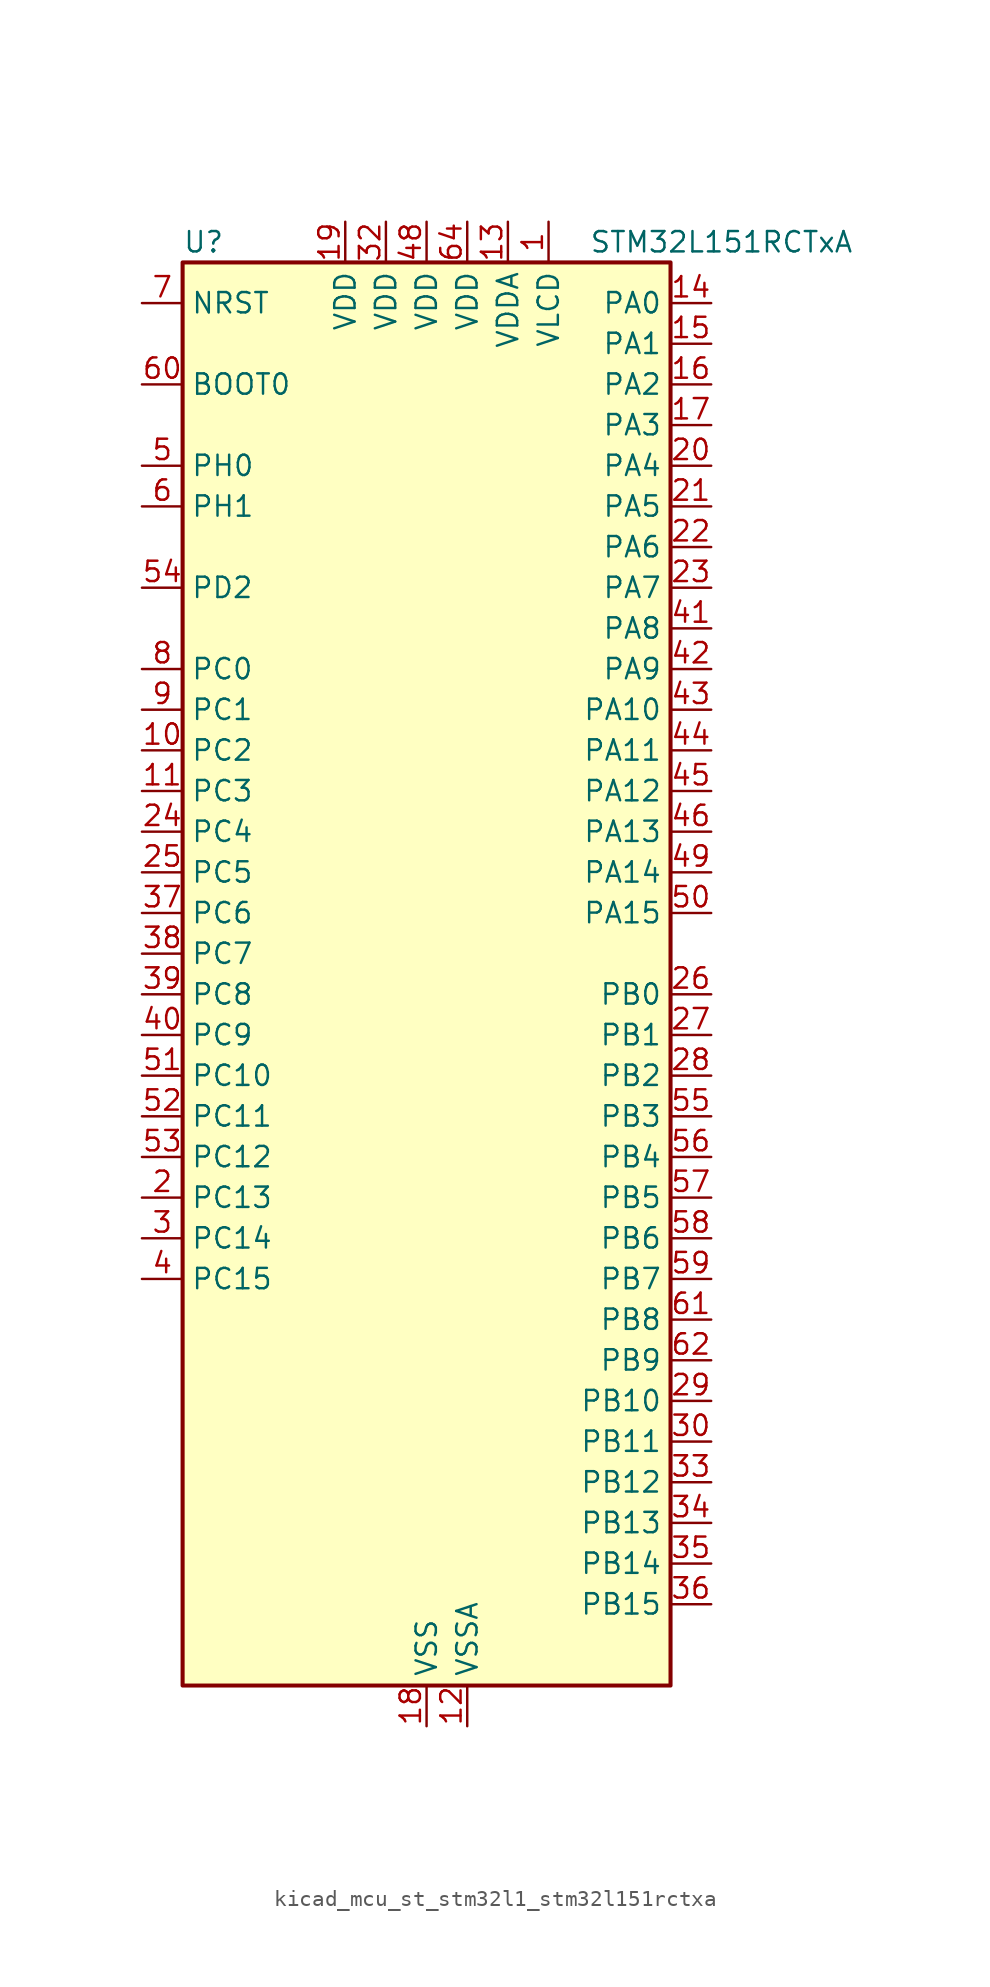
<source format=kicad_sym>
(kicad_symbol_lib
  (version 20220914)
  (generator kicad_symbol_editor)
  (symbol "kicad_mcu_st_stm32l1_stm32l151rctxa"
    (property "Reference" "U"
      (at -15.24 46.99 0)
      (effects (font (size 1.27 1.27)) (justify left)))
    (property "Value" "STM32L151RCTxA"
      (at 10.16 46.99 0)
      (effects (font (size 1.27 1.27)) (justify left)))
    (property "ki_locked" ""
      (at 0 0 0)
      (effects (font (size 1.27 1.27))))
    (symbol "kicad_mcu_st_stm32l1_stm32l151rctxa_0_1"
      (rectangle (start -15.24 -43.18) (end 15.24 45.72) (stroke (width 0.254) (type default)) (fill (type background))))
    (symbol "kicad_mcu_st_stm32l1_stm32l151rctxa_1_1"
      (pin power_in line (at 7.62 48.26 270) (length 2.54) (name "VLCD" (effects (font (size 1.27 1.27)))) (number "1" (effects (font (size 1.27 1.27)))))
      (pin bidirectional line (at -17.78 15.24 0) (length 2.54) (name "PC2" (effects (font (size 1.27 1.27)))) (number "10" (effects (font (size 1.27 1.27)))) (alternate "ADC_IN12" bidirectional line) (alternate "COMP1_INP" bidirectional line) (alternate "TIMX_IC3" bidirectional line) (alternate "TS_G8_IO3" bidirectional line))
      (pin bidirectional line (at -17.78 12.7 0) (length 2.54) (name "PC3" (effects (font (size 1.27 1.27)))) (number "11" (effects (font (size 1.27 1.27)))) (alternate "ADC_IN13" bidirectional line) (alternate "COMP1_INP" bidirectional line) (alternate "TIMX_IC4" bidirectional line) (alternate "TS_G8_IO4" bidirectional line))
      (pin power_in line (at 2.54 -45.72 90) (length 2.54) (name "VSSA" (effects (font (size 1.27 1.27)))) (number "12" (effects (font (size 1.27 1.27)))))
      (pin power_in line (at 5.08 48.26 270) (length 2.54) (name "VDDA" (effects (font (size 1.27 1.27)))) (number "13" (effects (font (size 1.27 1.27)))))
      (pin bidirectional line (at 17.78 43.18 180) (length 2.54) (name "PA0" (effects (font (size 1.27 1.27)))) (number "14" (effects (font (size 1.27 1.27)))) (alternate "ADC_IN0" bidirectional line) (alternate "COMP1_INP" bidirectional line) (alternate "RTC_TAMP2" bidirectional line) (alternate "SYS_WKUP1" bidirectional line) (alternate "TIM2_CH1" bidirectional line) (alternate "TIM2_ETR" bidirectional line) (alternate "TIM5_CH1" bidirectional line) (alternate "TIMX_IC1" bidirectional line) (alternate "TS_G1_IO1" bidirectional line) (alternate "USART2_CTS" bidirectional line))
      (pin bidirectional line (at 17.78 40.64 180) (length 2.54) (name "PA1" (effects (font (size 1.27 1.27)))) (number "15" (effects (font (size 1.27 1.27)))) (alternate "ADC_IN1" bidirectional line) (alternate "COMP1_INP" bidirectional line) (alternate "OPAMP1_VINP" bidirectional line) (alternate "TIM2_CH2" bidirectional line) (alternate "TIM5_CH2" bidirectional line) (alternate "TIMX_IC2" bidirectional line) (alternate "TS_G1_IO2" bidirectional line) (alternate "USART2_RTS" bidirectional line))
      (pin bidirectional line (at 17.78 38.1 180) (length 2.54) (name "PA2" (effects (font (size 1.27 1.27)))) (number "16" (effects (font (size 1.27 1.27)))) (alternate "ADC_IN2" bidirectional line) (alternate "COMP1_INP" bidirectional line) (alternate "OPAMP1_VINM" bidirectional line) (alternate "TIM2_CH3" bidirectional line) (alternate "TIM5_CH3" bidirectional line) (alternate "TIM9_CH1" bidirectional line) (alternate "TIMX_IC3" bidirectional line) (alternate "TS_G1_IO3" bidirectional line) (alternate "USART2_TX" bidirectional line))
      (pin bidirectional line (at 17.78 35.56 180) (length 2.54) (name "PA3" (effects (font (size 1.27 1.27)))) (number "17" (effects (font (size 1.27 1.27)))) (alternate "ADC_IN3" bidirectional line) (alternate "COMP1_INP" bidirectional line) (alternate "OPAMP1_VOUT" bidirectional line) (alternate "TIM2_CH4" bidirectional line) (alternate "TIM5_CH4" bidirectional line) (alternate "TIM9_CH2" bidirectional line) (alternate "TIMX_IC4" bidirectional line) (alternate "TS_G1_IO4" bidirectional line) (alternate "USART2_RX" bidirectional line))
      (pin power_in line (at 0 -45.72 90) (length 2.54) (name "VSS" (effects (font (size 1.27 1.27)))) (number "18" (effects (font (size 1.27 1.27)))))
      (pin power_in line (at -5.08 48.26 270) (length 2.54) (name "VDD" (effects (font (size 1.27 1.27)))) (number "19" (effects (font (size 1.27 1.27)))))
      (pin bidirectional line (at -17.78 -12.7 0) (length 2.54) (name "PC13" (effects (font (size 1.27 1.27)))) (number "2" (effects (font (size 1.27 1.27)))) (alternate "RTC_OUT_ALARM" bidirectional line) (alternate "RTC_OUT_CALIB" bidirectional line) (alternate "RTC_TAMP1" bidirectional line) (alternate "RTC_TS" bidirectional line) (alternate "SYS_WKUP2" bidirectional line) (alternate "TIMX_IC2" bidirectional line))
      (pin bidirectional line (at 17.78 33.02 180) (length 2.54) (name "PA4" (effects (font (size 1.27 1.27)))) (number "20" (effects (font (size 1.27 1.27)))) (alternate "ADC_IN4" bidirectional line) (alternate "COMP1_INP" bidirectional line) (alternate "DAC_OUT1" bidirectional line) (alternate "I2S3_WS" bidirectional line) (alternate "SPI1_NSS" bidirectional line) (alternate "SPI3_NSS" bidirectional line) (alternate "TIMX_IC1" bidirectional line) (alternate "USART2_CK" bidirectional line))
      (pin bidirectional line (at 17.78 30.48 180) (length 2.54) (name "PA5" (effects (font (size 1.27 1.27)))) (number "21" (effects (font (size 1.27 1.27)))) (alternate "ADC_IN5" bidirectional line) (alternate "COMP1_INP" bidirectional line) (alternate "DAC_OUT2" bidirectional line) (alternate "SPI1_SCK" bidirectional line) (alternate "TIM2_CH1" bidirectional line) (alternate "TIM2_ETR" bidirectional line) (alternate "TIMX_IC2" bidirectional line))
      (pin bidirectional line (at 17.78 27.94 180) (length 2.54) (name "PA6" (effects (font (size 1.27 1.27)))) (number "22" (effects (font (size 1.27 1.27)))) (alternate "ADC_IN6" bidirectional line) (alternate "COMP1_INP" bidirectional line) (alternate "OPAMP2_VINP" bidirectional line) (alternate "SPI1_MISO" bidirectional line) (alternate "TIM10_CH1" bidirectional line) (alternate "TIM3_CH1" bidirectional line) (alternate "TIMX_IC3" bidirectional line) (alternate "TS_G2_IO1" bidirectional line))
      (pin bidirectional line (at 17.78 25.4 180) (length 2.54) (name "PA7" (effects (font (size 1.27 1.27)))) (number "23" (effects (font (size 1.27 1.27)))) (alternate "ADC_IN7" bidirectional line) (alternate "COMP1_INP" bidirectional line) (alternate "OPAMP2_VINM" bidirectional line) (alternate "SPI1_MOSI" bidirectional line) (alternate "TIM11_CH1" bidirectional line) (alternate "TIM3_CH2" bidirectional line) (alternate "TIMX_IC4" bidirectional line) (alternate "TS_G2_IO2" bidirectional line))
      (pin bidirectional line (at -17.78 10.16 0) (length 2.54) (name "PC4" (effects (font (size 1.27 1.27)))) (number "24" (effects (font (size 1.27 1.27)))) (alternate "ADC_IN14" bidirectional line) (alternate "COMP1_INP" bidirectional line) (alternate "TIMX_IC1" bidirectional line) (alternate "TS_G9_IO1" bidirectional line))
      (pin bidirectional line (at -17.78 7.62 0) (length 2.54) (name "PC5" (effects (font (size 1.27 1.27)))) (number "25" (effects (font (size 1.27 1.27)))) (alternate "ADC_IN15" bidirectional line) (alternate "COMP1_INP" bidirectional line) (alternate "TIMX_IC2" bidirectional line) (alternate "TS_G9_IO2" bidirectional line))
      (pin bidirectional line (at 17.78 0 180) (length 2.54) (name "PB0" (effects (font (size 1.27 1.27)))) (number "26" (effects (font (size 1.27 1.27)))) (alternate "ADC_IN8" bidirectional line) (alternate "COMP1_INP" bidirectional line) (alternate "OPAMP2_VOUT" bidirectional line) (alternate "SYS_V_REF_OUT" bidirectional line) (alternate "TIM3_CH3" bidirectional line) (alternate "TS_G3_IO1" bidirectional line))
      (pin bidirectional line (at 17.78 -2.54 180) (length 2.54) (name "PB1" (effects (font (size 1.27 1.27)))) (number "27" (effects (font (size 1.27 1.27)))) (alternate "ADC_IN9" bidirectional line) (alternate "COMP1_INP" bidirectional line) (alternate "SYS_V_REF_OUT" bidirectional line) (alternate "TIM3_CH4" bidirectional line) (alternate "TS_G3_IO2" bidirectional line))
      (pin bidirectional line (at 17.78 -5.08 180) (length 2.54) (name "PB2" (effects (font (size 1.27 1.27)))) (number "28" (effects (font (size 1.27 1.27)))) (alternate "TS_G3_IO3" bidirectional line))
      (pin bidirectional line (at 17.78 -25.4 180) (length 2.54) (name "PB10" (effects (font (size 1.27 1.27)))) (number "29" (effects (font (size 1.27 1.27)))) (alternate "I2C2_SCL" bidirectional line) (alternate "TIM2_CH3" bidirectional line) (alternate "USART3_TX" bidirectional line))
      (pin bidirectional line (at -17.78 -15.24 0) (length 2.54) (name "PC14" (effects (font (size 1.27 1.27)))) (number "3" (effects (font (size 1.27 1.27)))) (alternate "RCC_OSC32_IN" bidirectional line) (alternate "TIMX_IC3" bidirectional line))
      (pin bidirectional line (at 17.78 -27.94 180) (length 2.54) (name "PB11" (effects (font (size 1.27 1.27)))) (number "30" (effects (font (size 1.27 1.27)))) (alternate "ADC_EXTI11" bidirectional line) (alternate "I2C2_SDA" bidirectional line) (alternate "TIM2_CH4" bidirectional line) (alternate "USART3_RX" bidirectional line))
      (pin passive line (at 0 -45.72 90) (length 2.54) hide (name "VSS" (effects (font (size 1.27 1.27)))) (number "31" (effects (font (size 1.27 1.27)))))
      (pin power_in line (at -2.54 48.26 270) (length 2.54) (name "VDD" (effects (font (size 1.27 1.27)))) (number "32" (effects (font (size 1.27 1.27)))))
      (pin bidirectional line (at 17.78 -30.48 180) (length 2.54) (name "PB12" (effects (font (size 1.27 1.27)))) (number "33" (effects (font (size 1.27 1.27)))) (alternate "ADC_IN18" bidirectional line) (alternate "COMP1_INP" bidirectional line) (alternate "I2C2_SMBA" bidirectional line) (alternate "I2S2_WS" bidirectional line) (alternate "SPI2_NSS" bidirectional line) (alternate "TIM10_CH1" bidirectional line) (alternate "TS_G7_IO1" bidirectional line) (alternate "USART3_CK" bidirectional line))
      (pin bidirectional line (at 17.78 -33.02 180) (length 2.54) (name "PB13" (effects (font (size 1.27 1.27)))) (number "34" (effects (font (size 1.27 1.27)))) (alternate "ADC_IN19" bidirectional line) (alternate "COMP1_INP" bidirectional line) (alternate "I2S2_CK" bidirectional line) (alternate "SPI2_SCK" bidirectional line) (alternate "TIM9_CH1" bidirectional line) (alternate "TS_G7_IO2" bidirectional line) (alternate "USART3_CTS" bidirectional line))
      (pin bidirectional line (at 17.78 -35.56 180) (length 2.54) (name "PB14" (effects (font (size 1.27 1.27)))) (number "35" (effects (font (size 1.27 1.27)))) (alternate "ADC_IN20" bidirectional line) (alternate "COMP1_INP" bidirectional line) (alternate "SPI2_MISO" bidirectional line) (alternate "TIM9_CH2" bidirectional line) (alternate "TS_G7_IO3" bidirectional line) (alternate "USART3_RTS" bidirectional line))
      (pin bidirectional line (at 17.78 -38.1 180) (length 2.54) (name "PB15" (effects (font (size 1.27 1.27)))) (number "36" (effects (font (size 1.27 1.27)))) (alternate "ADC_EXTI15" bidirectional line) (alternate "ADC_IN21" bidirectional line) (alternate "COMP1_INP" bidirectional line) (alternate "I2S2_SD" bidirectional line) (alternate "RTC_REFIN" bidirectional line) (alternate "SPI2_MOSI" bidirectional line) (alternate "TIM11_CH1" bidirectional line) (alternate "TS_G7_IO4" bidirectional line))
      (pin bidirectional line (at -17.78 5.08 0) (length 2.54) (name "PC6" (effects (font (size 1.27 1.27)))) (number "37" (effects (font (size 1.27 1.27)))) (alternate "I2S2_MCK" bidirectional line) (alternate "TIM3_CH1" bidirectional line) (alternate "TIMX_IC3" bidirectional line) (alternate "TS_G10_IO1" bidirectional line))
      (pin bidirectional line (at -17.78 2.54 0) (length 2.54) (name "PC7" (effects (font (size 1.27 1.27)))) (number "38" (effects (font (size 1.27 1.27)))) (alternate "I2S3_MCK" bidirectional line) (alternate "TIM3_CH2" bidirectional line) (alternate "TIMX_IC4" bidirectional line) (alternate "TS_G10_IO2" bidirectional line))
      (pin bidirectional line (at -17.78 0 0) (length 2.54) (name "PC8" (effects (font (size 1.27 1.27)))) (number "39" (effects (font (size 1.27 1.27)))) (alternate "TIM3_CH3" bidirectional line) (alternate "TIMX_IC1" bidirectional line) (alternate "TS_G10_IO3" bidirectional line))
      (pin bidirectional line (at -17.78 -17.78 0) (length 2.54) (name "PC15" (effects (font (size 1.27 1.27)))) (number "4" (effects (font (size 1.27 1.27)))) (alternate "ADC_EXTI15" bidirectional line) (alternate "RCC_OSC32_OUT" bidirectional line) (alternate "TIMX_IC4" bidirectional line))
      (pin bidirectional line (at -17.78 -2.54 0) (length 2.54) (name "PC9" (effects (font (size 1.27 1.27)))) (number "40" (effects (font (size 1.27 1.27)))) (alternate "DAC_EXTI9" bidirectional line) (alternate "TIM3_CH4" bidirectional line) (alternate "TIMX_IC2" bidirectional line) (alternate "TS_G10_IO4" bidirectional line))
      (pin bidirectional line (at 17.78 22.86 180) (length 2.54) (name "PA8" (effects (font (size 1.27 1.27)))) (number "41" (effects (font (size 1.27 1.27)))) (alternate "RCC_MCO" bidirectional line) (alternate "TIMX_IC1" bidirectional line) (alternate "TS_G4_IO1" bidirectional line) (alternate "USART1_CK" bidirectional line))
      (pin bidirectional line (at 17.78 20.32 180) (length 2.54) (name "PA9" (effects (font (size 1.27 1.27)))) (number "42" (effects (font (size 1.27 1.27)))) (alternate "DAC_EXTI9" bidirectional line) (alternate "TIMX_IC2" bidirectional line) (alternate "TS_G4_IO2" bidirectional line) (alternate "USART1_TX" bidirectional line))
      (pin bidirectional line (at 17.78 17.78 180) (length 2.54) (name "PA10" (effects (font (size 1.27 1.27)))) (number "43" (effects (font (size 1.27 1.27)))) (alternate "TIMX_IC3" bidirectional line) (alternate "TS_G4_IO3" bidirectional line) (alternate "USART1_RX" bidirectional line))
      (pin bidirectional line (at 17.78 15.24 180) (length 2.54) (name "PA11" (effects (font (size 1.27 1.27)))) (number "44" (effects (font (size 1.27 1.27)))) (alternate "ADC_EXTI11" bidirectional line) (alternate "SPI1_MISO" bidirectional line) (alternate "TIMX_IC4" bidirectional line) (alternate "USART1_CTS" bidirectional line) (alternate "USB_DM" bidirectional line))
      (pin bidirectional line (at 17.78 12.7 180) (length 2.54) (name "PA12" (effects (font (size 1.27 1.27)))) (number "45" (effects (font (size 1.27 1.27)))) (alternate "SPI1_MOSI" bidirectional line) (alternate "TIMX_IC1" bidirectional line) (alternate "USART1_RTS" bidirectional line) (alternate "USB_DP" bidirectional line))
      (pin bidirectional line (at 17.78 10.16 180) (length 2.54) (name "PA13" (effects (font (size 1.27 1.27)))) (number "46" (effects (font (size 1.27 1.27)))) (alternate "SYS_JTMS-SWDIO" bidirectional line) (alternate "TIMX_IC2" bidirectional line) (alternate "TS_G5_IO1" bidirectional line))
      (pin passive line (at 0 -45.72 90) (length 2.54) hide (name "VSS" (effects (font (size 1.27 1.27)))) (number "47" (effects (font (size 1.27 1.27)))))
      (pin power_in line (at 0 48.26 270) (length 2.54) (name "VDD" (effects (font (size 1.27 1.27)))) (number "48" (effects (font (size 1.27 1.27)))))
      (pin bidirectional line (at 17.78 7.62 180) (length 2.54) (name "PA14" (effects (font (size 1.27 1.27)))) (number "49" (effects (font (size 1.27 1.27)))) (alternate "SYS_JTCK-SWCLK" bidirectional line) (alternate "TIMX_IC3" bidirectional line) (alternate "TS_G5_IO2" bidirectional line))
      (pin bidirectional line (at -17.78 33.02 0) (length 2.54) (name "PH0" (effects (font (size 1.27 1.27)))) (number "5" (effects (font (size 1.27 1.27)))) (alternate "RCC_OSC_IN" bidirectional line))
      (pin bidirectional line (at 17.78 5.08 180) (length 2.54) (name "PA15" (effects (font (size 1.27 1.27)))) (number "50" (effects (font (size 1.27 1.27)))) (alternate "ADC_EXTI15" bidirectional line) (alternate "I2S3_WS" bidirectional line) (alternate "SPI1_NSS" bidirectional line) (alternate "SPI3_NSS" bidirectional line) (alternate "SYS_JTDI" bidirectional line) (alternate "TIM2_CH1" bidirectional line) (alternate "TIM2_ETR" bidirectional line) (alternate "TIMX_IC4" bidirectional line) (alternate "TS_G5_IO3" bidirectional line))
      (pin bidirectional line (at -17.78 -5.08 0) (length 2.54) (name "PC10" (effects (font (size 1.27 1.27)))) (number "51" (effects (font (size 1.27 1.27)))) (alternate "I2S3_CK" bidirectional line) (alternate "SPI3_SCK" bidirectional line) (alternate "TIMX_IC3" bidirectional line) (alternate "USART3_TX" bidirectional line))
      (pin bidirectional line (at -17.78 -7.62 0) (length 2.54) (name "PC11" (effects (font (size 1.27 1.27)))) (number "52" (effects (font (size 1.27 1.27)))) (alternate "ADC_EXTI11" bidirectional line) (alternate "SPI3_MISO" bidirectional line) (alternate "TIMX_IC4" bidirectional line) (alternate "USART3_RX" bidirectional line))
      (pin bidirectional line (at -17.78 -10.16 0) (length 2.54) (name "PC12" (effects (font (size 1.27 1.27)))) (number "53" (effects (font (size 1.27 1.27)))) (alternate "I2S3_SD" bidirectional line) (alternate "SPI3_MOSI" bidirectional line) (alternate "TIMX_IC1" bidirectional line) (alternate "USART3_CK" bidirectional line))
      (pin bidirectional line (at -17.78 25.4 0) (length 2.54) (name "PD2" (effects (font (size 1.27 1.27)))) (number "54" (effects (font (size 1.27 1.27)))) (alternate "TIM3_ETR" bidirectional line) (alternate "TIMX_IC3" bidirectional line))
      (pin bidirectional line (at 17.78 -7.62 180) (length 2.54) (name "PB3" (effects (font (size 1.27 1.27)))) (number "55" (effects (font (size 1.27 1.27)))) (alternate "COMP2_INM" bidirectional line) (alternate "I2S3_CK" bidirectional line) (alternate "SPI1_SCK" bidirectional line) (alternate "SPI3_SCK" bidirectional line) (alternate "SYS_JTDO-TRACESWO" bidirectional line) (alternate "TIM2_CH2" bidirectional line))
      (pin bidirectional line (at 17.78 -10.16 180) (length 2.54) (name "PB4" (effects (font (size 1.27 1.27)))) (number "56" (effects (font (size 1.27 1.27)))) (alternate "COMP2_INP" bidirectional line) (alternate "SPI1_MISO" bidirectional line) (alternate "SPI3_MISO" bidirectional line) (alternate "SYS_JTRST" bidirectional line) (alternate "TIM3_CH1" bidirectional line) (alternate "TS_G6_IO1" bidirectional line))
      (pin bidirectional line (at 17.78 -12.7 180) (length 2.54) (name "PB5" (effects (font (size 1.27 1.27)))) (number "57" (effects (font (size 1.27 1.27)))) (alternate "COMP2_INP" bidirectional line) (alternate "I2C1_SMBA" bidirectional line) (alternate "I2S3_SD" bidirectional line) (alternate "SPI1_MOSI" bidirectional line) (alternate "SPI3_MOSI" bidirectional line) (alternate "TIM3_CH2" bidirectional line) (alternate "TS_G6_IO2" bidirectional line))
      (pin bidirectional line (at 17.78 -15.24 180) (length 2.54) (name "PB6" (effects (font (size 1.27 1.27)))) (number "58" (effects (font (size 1.27 1.27)))) (alternate "COMP2_INP" bidirectional line) (alternate "I2C1_SCL" bidirectional line) (alternate "TIM4_CH1" bidirectional line) (alternate "TS_G6_IO3" bidirectional line) (alternate "USART1_TX" bidirectional line))
      (pin bidirectional line (at 17.78 -17.78 180) (length 2.54) (name "PB7" (effects (font (size 1.27 1.27)))) (number "59" (effects (font (size 1.27 1.27)))) (alternate "COMP2_INP" bidirectional line) (alternate "I2C1_SDA" bidirectional line) (alternate "SYS_PVD_IN" bidirectional line) (alternate "TIM4_CH2" bidirectional line) (alternate "TS_G6_IO4" bidirectional line) (alternate "USART1_RX" bidirectional line))
      (pin bidirectional line (at -17.78 30.48 0) (length 2.54) (name "PH1" (effects (font (size 1.27 1.27)))) (number "6" (effects (font (size 1.27 1.27)))) (alternate "RCC_OSC_OUT" bidirectional line))
      (pin input line (at -17.78 38.1 0) (length 2.54) (name "BOOT0" (effects (font (size 1.27 1.27)))) (number "60" (effects (font (size 1.27 1.27)))))
      (pin bidirectional line (at 17.78 -20.32 180) (length 2.54) (name "PB8" (effects (font (size 1.27 1.27)))) (number "61" (effects (font (size 1.27 1.27)))) (alternate "I2C1_SCL" bidirectional line) (alternate "TIM10_CH1" bidirectional line) (alternate "TIM4_CH3" bidirectional line))
      (pin bidirectional line (at 17.78 -22.86 180) (length 2.54) (name "PB9" (effects (font (size 1.27 1.27)))) (number "62" (effects (font (size 1.27 1.27)))) (alternate "DAC_EXTI9" bidirectional line) (alternate "I2C1_SDA" bidirectional line) (alternate "TIM11_CH1" bidirectional line) (alternate "TIM4_CH4" bidirectional line))
      (pin passive line (at 0 -45.72 90) (length 2.54) hide (name "VSS" (effects (font (size 1.27 1.27)))) (number "63" (effects (font (size 1.27 1.27)))))
      (pin power_in line (at 2.54 48.26 270) (length 2.54) (name "VDD" (effects (font (size 1.27 1.27)))) (number "64" (effects (font (size 1.27 1.27)))))
      (pin input line (at -17.78 43.18 0) (length 2.54) (name "NRST" (effects (font (size 1.27 1.27)))) (number "7" (effects (font (size 1.27 1.27)))))
      (pin bidirectional line (at -17.78 20.32 0) (length 2.54) (name "PC0" (effects (font (size 1.27 1.27)))) (number "8" (effects (font (size 1.27 1.27)))) (alternate "ADC_IN10" bidirectional line) (alternate "COMP1_INP" bidirectional line) (alternate "TIMX_IC1" bidirectional line) (alternate "TS_G8_IO1" bidirectional line))
      (pin bidirectional line (at -17.78 17.78 0) (length 2.54) (name "PC1" (effects (font (size 1.27 1.27)))) (number "9" (effects (font (size 1.27 1.27)))) (alternate "ADC_IN11" bidirectional line) (alternate "COMP1_INP" bidirectional line) (alternate "TIMX_IC2" bidirectional line) (alternate "TS_G8_IO2" bidirectional line)))))
</source>
